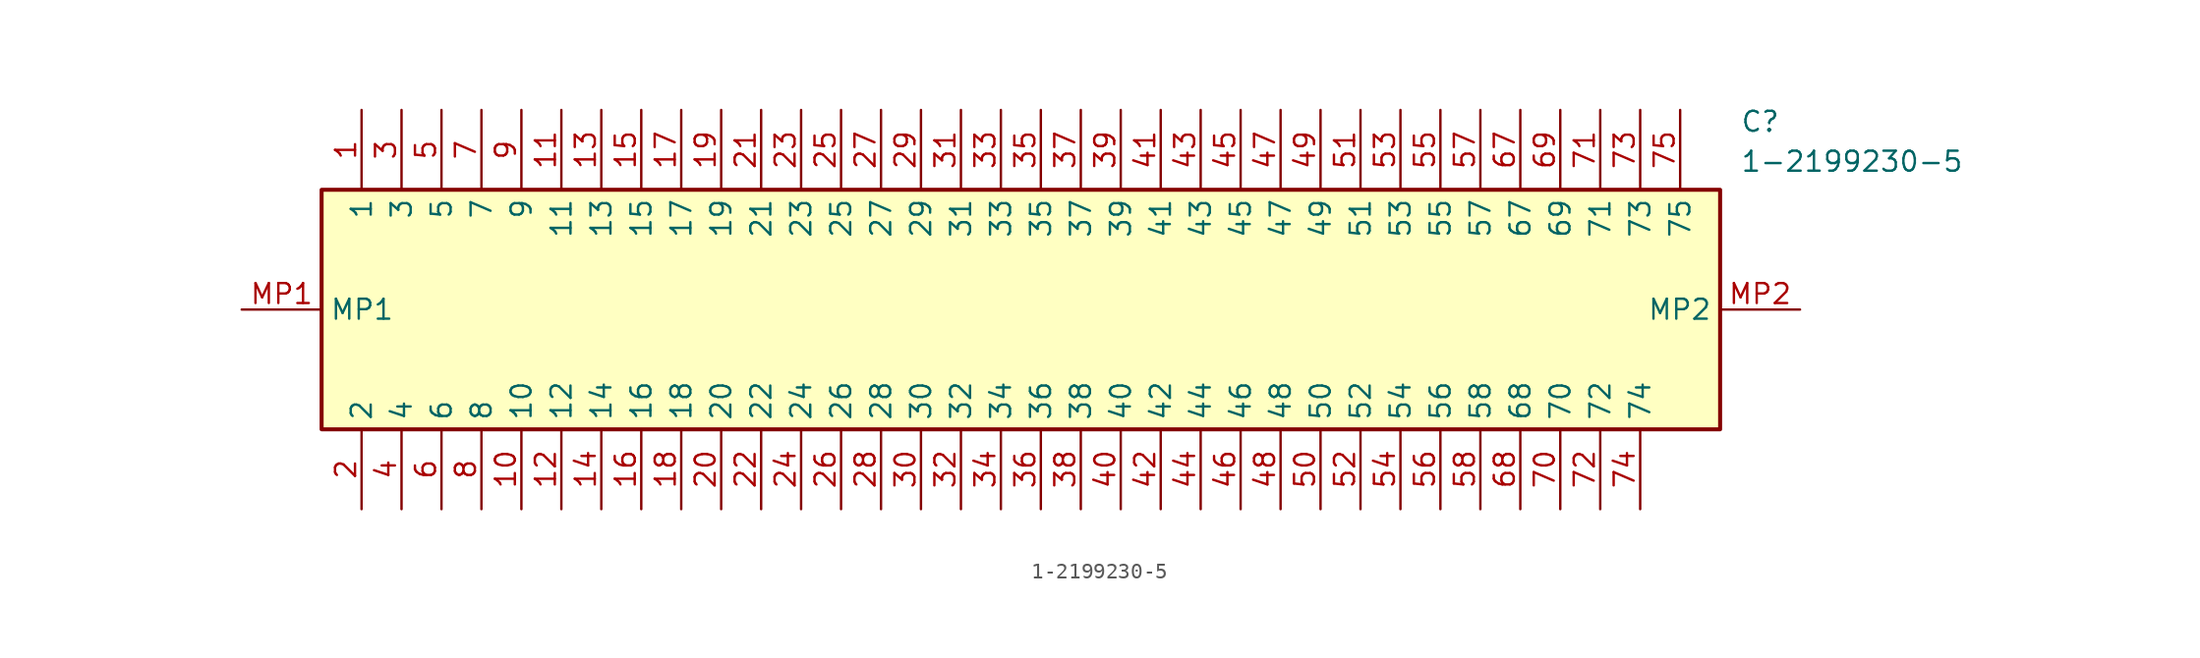
<source format=kicad_sym>
(kicad_symbol_lib
  (version 20220914)
  (generator kicad_symbol_editor)
  (symbol "1-2199230-5"
    (property "Reference" "C"
      (at 95.25 12.7 0)
      (effects (font (size 1.27 1.27)) (justify left top)))
    (property "Value" "1-2199230-5"
      (at 95.25 10.16 0)
      (effects (font (size 1.27 1.27)) (justify left top)))
    (symbol "1-2199230-5_1_1"
      (rectangle (start 5.08 7.62) (end 93.98 -7.62) (stroke (width 0.254) (type default)) (fill (type background)))
      (pin passive line (at 7.62 12.7 270) (length 5.08) (name "1" (effects (font (size 1.27 1.27)))) (number "1" (effects (font (size 1.27 1.27)))))
      (pin passive line (at 17.78 -12.7 90) (length 5.08) (name "10" (effects (font (size 1.27 1.27)))) (number "10" (effects (font (size 1.27 1.27)))))
      (pin passive line (at 20.32 12.7 270) (length 5.08) (name "11" (effects (font (size 1.27 1.27)))) (number "11" (effects (font (size 1.27 1.27)))))
      (pin passive line (at 20.32 -12.7 90) (length 5.08) (name "12" (effects (font (size 1.27 1.27)))) (number "12" (effects (font (size 1.27 1.27)))))
      (pin passive line (at 22.86 12.7 270) (length 5.08) (name "13" (effects (font (size 1.27 1.27)))) (number "13" (effects (font (size 1.27 1.27)))))
      (pin passive line (at 22.86 -12.7 90) (length 5.08) (name "14" (effects (font (size 1.27 1.27)))) (number "14" (effects (font (size 1.27 1.27)))))
      (pin passive line (at 25.4 12.7 270) (length 5.08) (name "15" (effects (font (size 1.27 1.27)))) (number "15" (effects (font (size 1.27 1.27)))))
      (pin passive line (at 25.4 -12.7 90) (length 5.08) (name "16" (effects (font (size 1.27 1.27)))) (number "16" (effects (font (size 1.27 1.27)))))
      (pin passive line (at 27.94 12.7 270) (length 5.08) (name "17" (effects (font (size 1.27 1.27)))) (number "17" (effects (font (size 1.27 1.27)))))
      (pin passive line (at 27.94 -12.7 90) (length 5.08) (name "18" (effects (font (size 1.27 1.27)))) (number "18" (effects (font (size 1.27 1.27)))))
      (pin passive line (at 30.48 12.7 270) (length 5.08) (name "19" (effects (font (size 1.27 1.27)))) (number "19" (effects (font (size 1.27 1.27)))))
      (pin passive line (at 7.62 -12.7 90) (length 5.08) (name "2" (effects (font (size 1.27 1.27)))) (number "2" (effects (font (size 1.27 1.27)))))
      (pin passive line (at 30.48 -12.7 90) (length 5.08) (name "20" (effects (font (size 1.27 1.27)))) (number "20" (effects (font (size 1.27 1.27)))))
      (pin passive line (at 33.02 12.7 270) (length 5.08) (name "21" (effects (font (size 1.27 1.27)))) (number "21" (effects (font (size 1.27 1.27)))))
      (pin passive line (at 33.02 -12.7 90) (length 5.08) (name "22" (effects (font (size 1.27 1.27)))) (number "22" (effects (font (size 1.27 1.27)))))
      (pin passive line (at 35.56 12.7 270) (length 5.08) (name "23" (effects (font (size 1.27 1.27)))) (number "23" (effects (font (size 1.27 1.27)))))
      (pin passive line (at 35.56 -12.7 90) (length 5.08) (name "24" (effects (font (size 1.27 1.27)))) (number "24" (effects (font (size 1.27 1.27)))))
      (pin passive line (at 38.1 12.7 270) (length 5.08) (name "25" (effects (font (size 1.27 1.27)))) (number "25" (effects (font (size 1.27 1.27)))))
      (pin passive line (at 38.1 -12.7 90) (length 5.08) (name "26" (effects (font (size 1.27 1.27)))) (number "26" (effects (font (size 1.27 1.27)))))
      (pin passive line (at 40.64 12.7 270) (length 5.08) (name "27" (effects (font (size 1.27 1.27)))) (number "27" (effects (font (size 1.27 1.27)))))
      (pin passive line (at 40.64 -12.7 90) (length 5.08) (name "28" (effects (font (size 1.27 1.27)))) (number "28" (effects (font (size 1.27 1.27)))))
      (pin passive line (at 43.18 12.7 270) (length 5.08) (name "29" (effects (font (size 1.27 1.27)))) (number "29" (effects (font (size 1.27 1.27)))))
      (pin passive line (at 10.16 12.7 270) (length 5.08) (name "3" (effects (font (size 1.27 1.27)))) (number "3" (effects (font (size 1.27 1.27)))))
      (pin passive line (at 43.18 -12.7 90) (length 5.08) (name "30" (effects (font (size 1.27 1.27)))) (number "30" (effects (font (size 1.27 1.27)))))
      (pin passive line (at 45.72 12.7 270) (length 5.08) (name "31" (effects (font (size 1.27 1.27)))) (number "31" (effects (font (size 1.27 1.27)))))
      (pin passive line (at 45.72 -12.7 90) (length 5.08) (name "32" (effects (font (size 1.27 1.27)))) (number "32" (effects (font (size 1.27 1.27)))))
      (pin passive line (at 48.26 12.7 270) (length 5.08) (name "33" (effects (font (size 1.27 1.27)))) (number "33" (effects (font (size 1.27 1.27)))))
      (pin passive line (at 48.26 -12.7 90) (length 5.08) (name "34" (effects (font (size 1.27 1.27)))) (number "34" (effects (font (size 1.27 1.27)))))
      (pin passive line (at 50.8 12.7 270) (length 5.08) (name "35" (effects (font (size 1.27 1.27)))) (number "35" (effects (font (size 1.27 1.27)))))
      (pin passive line (at 50.8 -12.7 90) (length 5.08) (name "36" (effects (font (size 1.27 1.27)))) (number "36" (effects (font (size 1.27 1.27)))))
      (pin passive line (at 53.34 12.7 270) (length 5.08) (name "37" (effects (font (size 1.27 1.27)))) (number "37" (effects (font (size 1.27 1.27)))))
      (pin passive line (at 53.34 -12.7 90) (length 5.08) (name "38" (effects (font (size 1.27 1.27)))) (number "38" (effects (font (size 1.27 1.27)))))
      (pin passive line (at 55.88 12.7 270) (length 5.08) (name "39" (effects (font (size 1.27 1.27)))) (number "39" (effects (font (size 1.27 1.27)))))
      (pin passive line (at 10.16 -12.7 90) (length 5.08) (name "4" (effects (font (size 1.27 1.27)))) (number "4" (effects (font (size 1.27 1.27)))))
      (pin passive line (at 55.88 -12.7 90) (length 5.08) (name "40" (effects (font (size 1.27 1.27)))) (number "40" (effects (font (size 1.27 1.27)))))
      (pin passive line (at 58.42 12.7 270) (length 5.08) (name "41" (effects (font (size 1.27 1.27)))) (number "41" (effects (font (size 1.27 1.27)))))
      (pin passive line (at 58.42 -12.7 90) (length 5.08) (name "42" (effects (font (size 1.27 1.27)))) (number "42" (effects (font (size 1.27 1.27)))))
      (pin passive line (at 60.96 12.7 270) (length 5.08) (name "43" (effects (font (size 1.27 1.27)))) (number "43" (effects (font (size 1.27 1.27)))))
      (pin passive line (at 60.96 -12.7 90) (length 5.08) (name "44" (effects (font (size 1.27 1.27)))) (number "44" (effects (font (size 1.27 1.27)))))
      (pin passive line (at 63.5 12.7 270) (length 5.08) (name "45" (effects (font (size 1.27 1.27)))) (number "45" (effects (font (size 1.27 1.27)))))
      (pin passive line (at 63.5 -12.7 90) (length 5.08) (name "46" (effects (font (size 1.27 1.27)))) (number "46" (effects (font (size 1.27 1.27)))))
      (pin passive line (at 66.04 12.7 270) (length 5.08) (name "47" (effects (font (size 1.27 1.27)))) (number "47" (effects (font (size 1.27 1.27)))))
      (pin passive line (at 66.04 -12.7 90) (length 5.08) (name "48" (effects (font (size 1.27 1.27)))) (number "48" (effects (font (size 1.27 1.27)))))
      (pin passive line (at 68.58 12.7 270) (length 5.08) (name "49" (effects (font (size 1.27 1.27)))) (number "49" (effects (font (size 1.27 1.27)))))
      (pin passive line (at 12.7 12.7 270) (length 5.08) (name "5" (effects (font (size 1.27 1.27)))) (number "5" (effects (font (size 1.27 1.27)))))
      (pin passive line (at 68.58 -12.7 90) (length 5.08) (name "50" (effects (font (size 1.27 1.27)))) (number "50" (effects (font (size 1.27 1.27)))))
      (pin passive line (at 71.12 12.7 270) (length 5.08) (name "51" (effects (font (size 1.27 1.27)))) (number "51" (effects (font (size 1.27 1.27)))))
      (pin passive line (at 71.12 -12.7 90) (length 5.08) (name "52" (effects (font (size 1.27 1.27)))) (number "52" (effects (font (size 1.27 1.27)))))
      (pin passive line (at 73.66 12.7 270) (length 5.08) (name "53" (effects (font (size 1.27 1.27)))) (number "53" (effects (font (size 1.27 1.27)))))
      (pin passive line (at 73.66 -12.7 90) (length 5.08) (name "54" (effects (font (size 1.27 1.27)))) (number "54" (effects (font (size 1.27 1.27)))))
      (pin passive line (at 76.2 12.7 270) (length 5.08) (name "55" (effects (font (size 1.27 1.27)))) (number "55" (effects (font (size 1.27 1.27)))))
      (pin passive line (at 76.2 -12.7 90) (length 5.08) (name "56" (effects (font (size 1.27 1.27)))) (number "56" (effects (font (size 1.27 1.27)))))
      (pin passive line (at 78.74 12.7 270) (length 5.08) (name "57" (effects (font (size 1.27 1.27)))) (number "57" (effects (font (size 1.27 1.27)))))
      (pin passive line (at 78.74 -12.7 90) (length 5.08) (name "58" (effects (font (size 1.27 1.27)))) (number "58" (effects (font (size 1.27 1.27)))))
      (pin passive line (at 12.7 -12.7 90) (length 5.08) (name "6" (effects (font (size 1.27 1.27)))) (number "6" (effects (font (size 1.27 1.27)))))
      (pin passive line (at 81.28 12.7 270) (length 5.08) (name "67" (effects (font (size 1.27 1.27)))) (number "67" (effects (font (size 1.27 1.27)))))
      (pin passive line (at 81.28 -12.7 90) (length 5.08) (name "68" (effects (font (size 1.27 1.27)))) (number "68" (effects (font (size 1.27 1.27)))))
      (pin passive line (at 83.82 12.7 270) (length 5.08) (name "69" (effects (font (size 1.27 1.27)))) (number "69" (effects (font (size 1.27 1.27)))))
      (pin passive line (at 15.24 12.7 270) (length 5.08) (name "7" (effects (font (size 1.27 1.27)))) (number "7" (effects (font (size 1.27 1.27)))))
      (pin passive line (at 83.82 -12.7 90) (length 5.08) (name "70" (effects (font (size 1.27 1.27)))) (number "70" (effects (font (size 1.27 1.27)))))
      (pin passive line (at 86.36 12.7 270) (length 5.08) (name "71" (effects (font (size 1.27 1.27)))) (number "71" (effects (font (size 1.27 1.27)))))
      (pin passive line (at 86.36 -12.7 90) (length 5.08) (name "72" (effects (font (size 1.27 1.27)))) (number "72" (effects (font (size 1.27 1.27)))))
      (pin passive line (at 88.9 12.7 270) (length 5.08) (name "73" (effects (font (size 1.27 1.27)))) (number "73" (effects (font (size 1.27 1.27)))))
      (pin passive line (at 88.9 -12.7 90) (length 5.08) (name "74" (effects (font (size 1.27 1.27)))) (number "74" (effects (font (size 1.27 1.27)))))
      (pin passive line (at 91.44 12.7 270) (length 5.08) (name "75" (effects (font (size 1.27 1.27)))) (number "75" (effects (font (size 1.27 1.27)))))
      (pin passive line (at 15.24 -12.7 90) (length 5.08) (name "8" (effects (font (size 1.27 1.27)))) (number "8" (effects (font (size 1.27 1.27)))))
      (pin passive line (at 17.78 12.7 270) (length 5.08) (name "9" (effects (font (size 1.27 1.27)))) (number "9" (effects (font (size 1.27 1.27)))))
      (pin passive line (at 0 0 0) (length 5.08) (name "MP1" (effects (font (size 1.27 1.27)))) (number "MP1" (effects (font (size 1.27 1.27)))))
      (pin passive line (at 99.06 0 180) (length 5.08) (name "MP2" (effects (font (size 1.27 1.27)))) (number "MP2" (effects (font (size 1.27 1.27))))))))
</source>
